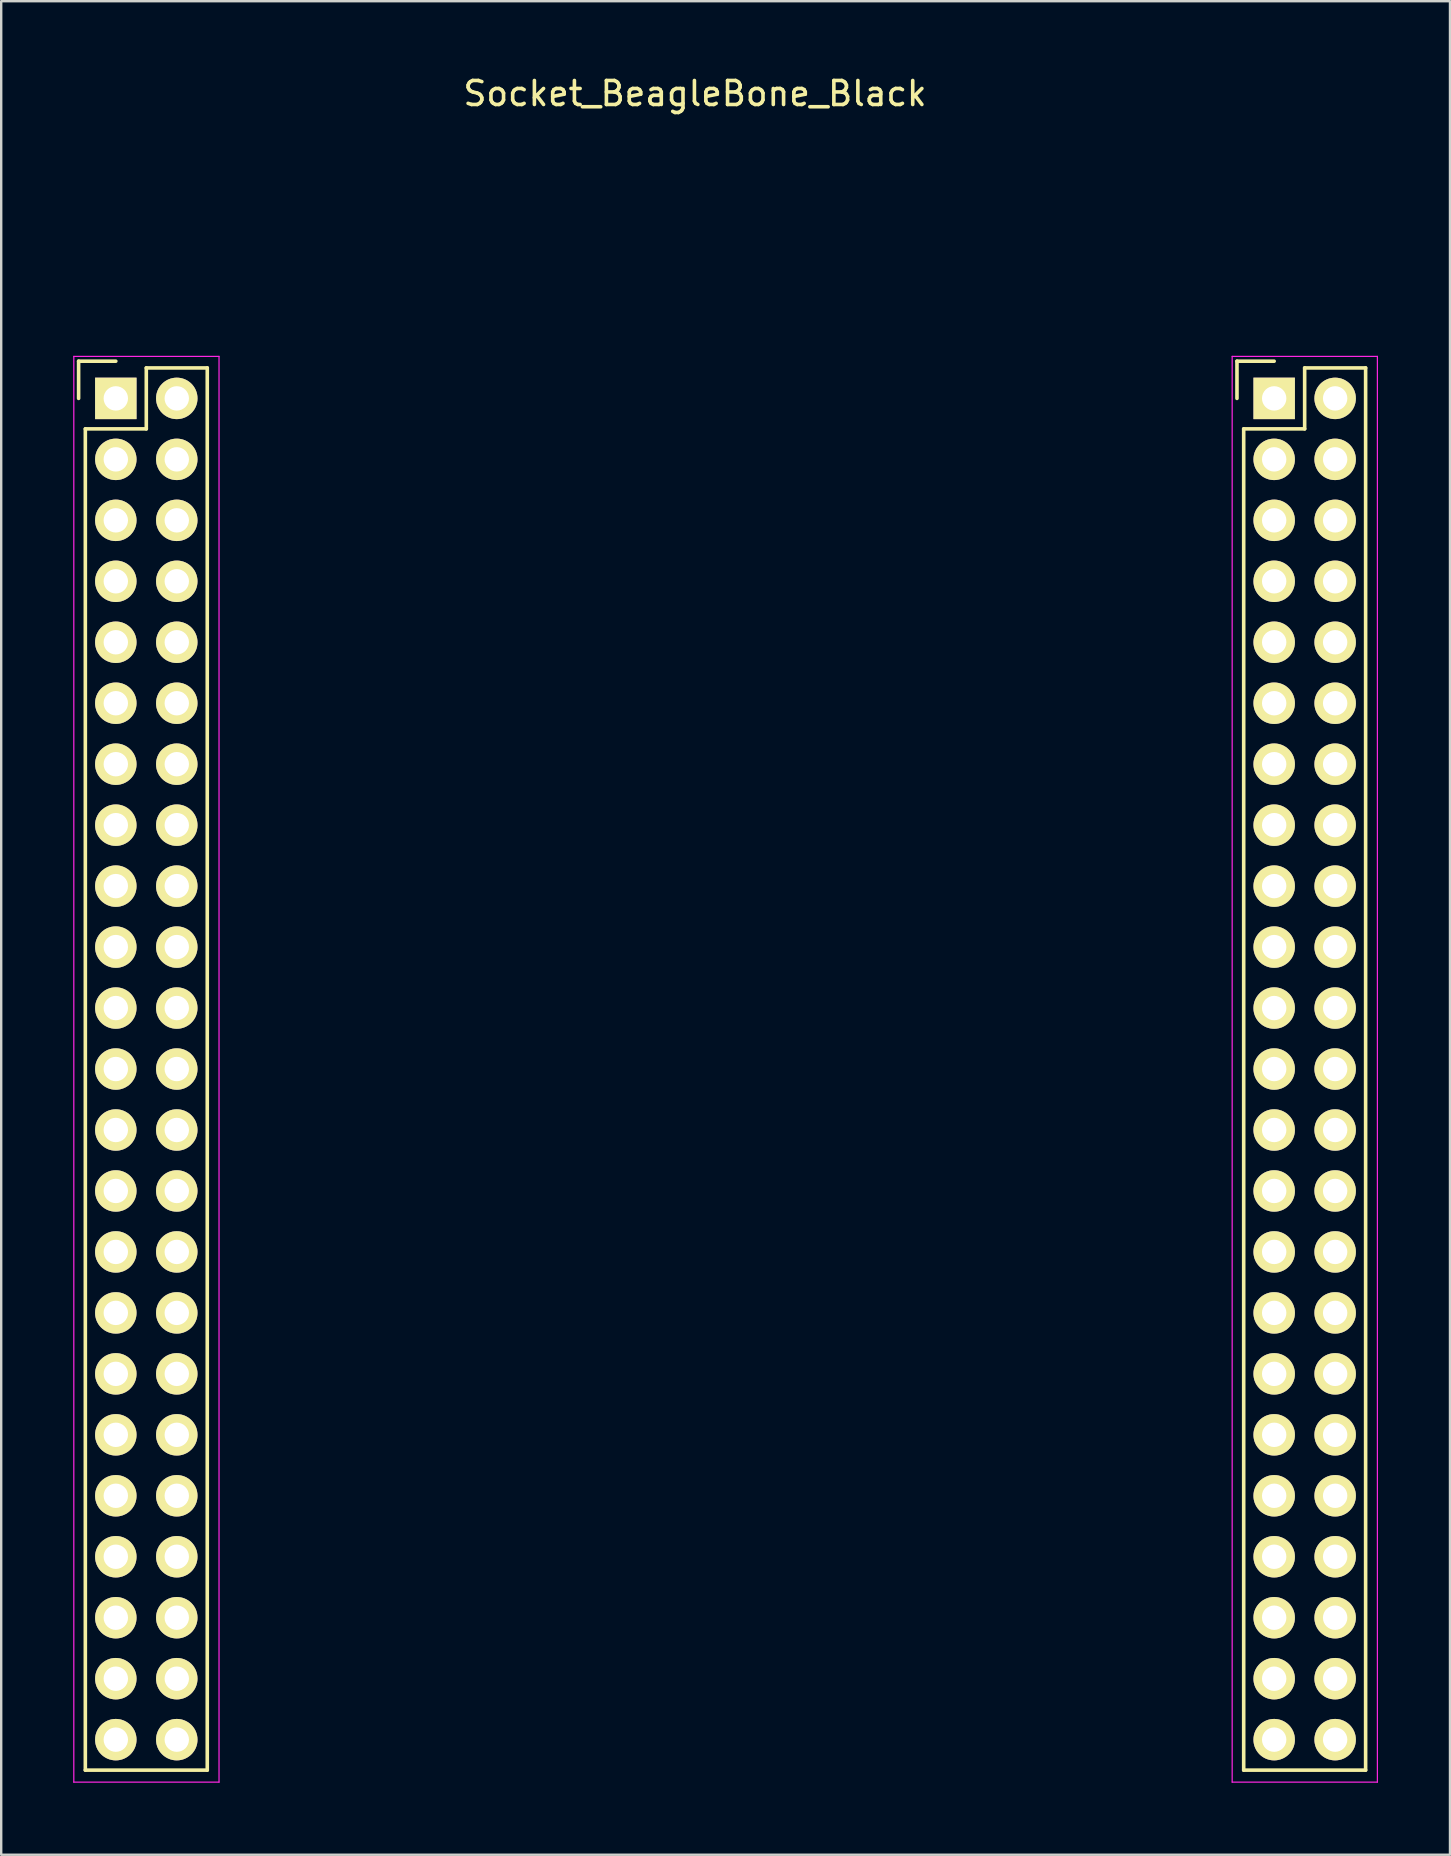
<source format=kicad_pcb>
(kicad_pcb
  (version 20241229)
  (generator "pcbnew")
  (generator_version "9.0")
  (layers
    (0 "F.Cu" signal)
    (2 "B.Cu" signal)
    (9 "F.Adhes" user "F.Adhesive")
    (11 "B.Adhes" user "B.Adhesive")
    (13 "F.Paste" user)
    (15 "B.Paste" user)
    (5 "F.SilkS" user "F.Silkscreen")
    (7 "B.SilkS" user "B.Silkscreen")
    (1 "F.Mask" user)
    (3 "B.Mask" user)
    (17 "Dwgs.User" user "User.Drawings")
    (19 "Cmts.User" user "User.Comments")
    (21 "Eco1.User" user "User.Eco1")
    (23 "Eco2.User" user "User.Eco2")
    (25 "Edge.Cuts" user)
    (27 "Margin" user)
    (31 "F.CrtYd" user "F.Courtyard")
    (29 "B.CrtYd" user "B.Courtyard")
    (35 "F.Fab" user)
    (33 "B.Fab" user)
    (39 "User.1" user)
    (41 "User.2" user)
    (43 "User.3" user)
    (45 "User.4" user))
  (footprint "Socket_BeagleBone_Black"
    (layer "F.Cu")
    (at 1.775 13.548)
    (property "Reference" "Socket_BeagleBone_Black" (at 24.13 -12.7 0) (layer "F.SilkS") (effects (font (size 1 1) (thickness 0.15))))
    (attr through_hole)
    (fp_line (start -1.55 -1.55) (end -1.55 0) (stroke (width 0.15) (type solid)) (layer "F.SilkS"))
    (fp_line (start -1.27 57.15) (end -1.27 1.27) (stroke (width 0.15) (type solid)) (layer "F.SilkS"))
    (fp_line (start 0 -1.55) (end -1.55 -1.55) (stroke (width 0.15) (type solid)) (layer "F.SilkS"))
    (fp_line (start 1.27 -1.27) (end 1.27 1.27) (stroke (width 0.15) (type solid)) (layer "F.SilkS"))
    (fp_line (start 1.27 1.27) (end -1.27 1.27) (stroke (width 0.15) (type solid)) (layer "F.SilkS"))
    (fp_line (start 3.81 -1.27) (end 1.27 -1.27) (stroke (width 0.15) (type solid)) (layer "F.SilkS"))
    (fp_line (start 3.81 57.15) (end -1.27 57.15) (stroke (width 0.15) (type solid)) (layer "F.SilkS"))
    (fp_line (start 3.81 57.15) (end 3.81 -1.27) (stroke (width 0.15) (type solid)) (layer "F.SilkS"))
    (fp_line (start 46.71 -1.55) (end 46.71 0) (stroke (width 0.15) (type solid)) (layer "F.SilkS"))
    (fp_line (start 46.99 57.15) (end 46.99 1.27) (stroke (width 0.15) (type solid)) (layer "F.SilkS"))
    (fp_line (start 48.26 -1.55) (end 46.71 -1.55) (stroke (width 0.15) (type solid)) (layer "F.SilkS"))
    (fp_line (start 49.53 -1.27) (end 49.53 1.27) (stroke (width 0.15) (type solid)) (layer "F.SilkS"))
    (fp_line (start 49.53 1.27) (end 46.99 1.27) (stroke (width 0.15) (type solid)) (layer "F.SilkS"))
    (fp_line (start 52.07 -1.27) (end 49.53 -1.27) (stroke (width 0.15) (type solid)) (layer "F.SilkS"))
    (fp_line (start 52.07 57.15) (end 46.99 57.15) (stroke (width 0.15) (type solid)) (layer "F.SilkS"))
    (fp_line (start 52.07 57.15) (end 52.07 -1.27) (stroke (width 0.15) (type solid)) (layer "F.SilkS"))
    (fp_line (start -1.75 -1.75) (end -1.75 57.65) (stroke (width 0.05) (type solid)) (layer "F.CrtYd"))
    (fp_line (start -1.75 -1.75) (end 4.3 -1.75) (stroke (width 0.05) (type solid)) (layer "F.CrtYd"))
    (fp_line (start -1.75 57.65) (end 4.3 57.65) (stroke (width 0.05) (type solid)) (layer "F.CrtYd"))
    (fp_line (start 4.3 -1.75) (end 4.3 57.65) (stroke (width 0.05) (type solid)) (layer "F.CrtYd"))
    (fp_line (start 46.51 -1.75) (end 46.51 57.65) (stroke (width 0.05) (type solid)) (layer "F.CrtYd"))
    (fp_line (start 46.51 -1.75) (end 52.56 -1.75) (stroke (width 0.05) (type solid)) (layer "F.CrtYd"))
    (fp_line (start 46.51 57.65) (end 52.56 57.65) (stroke (width 0.05) (type solid)) (layer "F.CrtYd"))
    (fp_line (start 52.56 -1.75) (end 52.56 57.65) (stroke (width 0.05) (type solid)) (layer "F.CrtYd"))
    (pad "1" thru_hole rect (at 0 0) (size 1.727 1.727) (drill 1.016) (layers "*.Cu" "*.Mask" "F.SilkS"))
    (pad "2" thru_hole oval (at 2.54 0) (size 1.727 1.727) (drill 1.016) (layers "*.Cu" "*.Mask" "F.SilkS"))
    (pad "3" thru_hole oval (at 0 2.54) (size 1.727 1.727) (drill 1.016) (layers "*.Cu" "*.Mask" "F.SilkS"))
    (pad "4" thru_hole oval (at 2.54 2.54) (size 1.727 1.727) (drill 1.016) (layers "*.Cu" "*.Mask" "F.SilkS"))
    (pad "5" thru_hole oval (at 0 5.08) (size 1.727 1.727) (drill 1.016) (layers "*.Cu" "*.Mask" "F.SilkS"))
    (pad "6" thru_hole oval (at 2.54 5.08) (size 1.727 1.727) (drill 1.016) (layers "*.Cu" "*.Mask" "F.SilkS"))
    (pad "7" thru_hole oval (at 0 7.62) (size 1.727 1.727) (drill 1.016) (layers "*.Cu" "*.Mask" "F.SilkS"))
    (pad "8" thru_hole oval (at 2.54 7.62) (size 1.727 1.727) (drill 1.016) (layers "*.Cu" "*.Mask" "F.SilkS"))
    (pad "9" thru_hole oval (at 0 10.16) (size 1.727 1.727) (drill 1.016) (layers "*.Cu" "*.Mask" "F.SilkS"))
    (pad "10" thru_hole oval (at 2.54 10.16) (size 1.727 1.727) (drill 1.016) (layers "*.Cu" "*.Mask" "F.SilkS"))
    (pad "11" thru_hole oval (at 0 12.7) (size 1.727 1.727) (drill 1.016) (layers "*.Cu" "*.Mask" "F.SilkS"))
    (pad "12" thru_hole oval (at 2.54 12.7) (size 1.727 1.727) (drill 1.016) (layers "*.Cu" "*.Mask" "F.SilkS"))
    (pad "13" thru_hole oval (at 0 15.24) (size 1.727 1.727) (drill 1.016) (layers "*.Cu" "*.Mask" "F.SilkS"))
    (pad "14" thru_hole oval (at 2.54 15.24) (size 1.727 1.727) (drill 1.016) (layers "*.Cu" "*.Mask" "F.SilkS"))
    (pad "15" thru_hole oval (at 0 17.78) (size 1.727 1.727) (drill 1.016) (layers "*.Cu" "*.Mask" "F.SilkS"))
    (pad "16" thru_hole oval (at 2.54 17.78) (size 1.727 1.727) (drill 1.016) (layers "*.Cu" "*.Mask" "F.SilkS"))
    (pad "17" thru_hole oval (at 0 20.32) (size 1.727 1.727) (drill 1.016) (layers "*.Cu" "*.Mask" "F.SilkS"))
    (pad "18" thru_hole oval (at 2.54 20.32) (size 1.727 1.727) (drill 1.016) (layers "*.Cu" "*.Mask" "F.SilkS"))
    (pad "19" thru_hole oval (at 0 22.86) (size 1.727 1.727) (drill 1.016) (layers "*.Cu" "*.Mask" "F.SilkS"))
    (pad "20" thru_hole oval (at 2.54 22.86) (size 1.727 1.727) (drill 1.016) (layers "*.Cu" "*.Mask" "F.SilkS"))
    (pad "21" thru_hole oval (at 0 25.4) (size 1.727 1.727) (drill 1.016) (layers "*.Cu" "*.Mask" "F.SilkS"))
    (pad "22" thru_hole oval (at 2.54 25.4) (size 1.727 1.727) (drill 1.016) (layers "*.Cu" "*.Mask" "F.SilkS"))
    (pad "23" thru_hole oval (at 0 27.94) (size 1.727 1.727) (drill 1.016) (layers "*.Cu" "*.Mask" "F.SilkS"))
    (pad "24" thru_hole oval (at 2.54 27.94) (size 1.727 1.727) (drill 1.016) (layers "*.Cu" "*.Mask" "F.SilkS"))
    (pad "25" thru_hole oval (at 0 30.48) (size 1.727 1.727) (drill 1.016) (layers "*.Cu" "*.Mask" "F.SilkS"))
    (pad "26" thru_hole oval (at 2.54 30.48) (size 1.727 1.727) (drill 1.016) (layers "*.Cu" "*.Mask" "F.SilkS"))
    (pad "27" thru_hole oval (at 0 33.02) (size 1.727 1.727) (drill 1.016) (layers "*.Cu" "*.Mask" "F.SilkS"))
    (pad "28" thru_hole oval (at 2.54 33.02) (size 1.727 1.727) (drill 1.016) (layers "*.Cu" "*.Mask" "F.SilkS"))
    (pad "29" thru_hole oval (at 0 35.56) (size 1.727 1.727) (drill 1.016) (layers "*.Cu" "*.Mask" "F.SilkS"))
    (pad "30" thru_hole oval (at 2.54 35.56) (size 1.727 1.727) (drill 1.016) (layers "*.Cu" "*.Mask" "F.SilkS"))
    (pad "31" thru_hole oval (at 0 38.1) (size 1.727 1.727) (drill 1.016) (layers "*.Cu" "*.Mask" "F.SilkS"))
    (pad "32" thru_hole oval (at 2.54 38.1) (size 1.727 1.727) (drill 1.016) (layers "*.Cu" "*.Mask" "F.SilkS"))
    (pad "33" thru_hole oval (at 0 40.64) (size 1.727 1.727) (drill 1.016) (layers "*.Cu" "*.Mask" "F.SilkS"))
    (pad "34" thru_hole oval (at 2.54 40.64) (size 1.727 1.727) (drill 1.016) (layers "*.Cu" "*.Mask" "F.SilkS"))
    (pad "35" thru_hole oval (at 0 43.18) (size 1.727 1.727) (drill 1.016) (layers "*.Cu" "*.Mask" "F.SilkS"))
    (pad "36" thru_hole oval (at 2.54 43.18) (size 1.727 1.727) (drill 1.016) (layers "*.Cu" "*.Mask" "F.SilkS"))
    (pad "37" thru_hole oval (at 0 45.72) (size 1.727 1.727) (drill 1.016) (layers "*.Cu" "*.Mask" "F.SilkS"))
    (pad "38" thru_hole oval (at 2.54 45.72) (size 1.727 1.727) (drill 1.016) (layers "*.Cu" "*.Mask" "F.SilkS"))
    (pad "39" thru_hole oval (at 0 48.26) (size 1.727 1.727) (drill 1.016) (layers "*.Cu" "*.Mask" "F.SilkS"))
    (pad "40" thru_hole oval (at 2.54 48.26) (size 1.727 1.727) (drill 1.016) (layers "*.Cu" "*.Mask" "F.SilkS"))
    (pad "41" thru_hole oval (at 0 50.8) (size 1.727 1.727) (drill 1.016) (layers "*.Cu" "*.Mask" "F.SilkS"))
    (pad "42" thru_hole oval (at 2.54 50.8) (size 1.727 1.727) (drill 1.016) (layers "*.Cu" "*.Mask" "F.SilkS"))
    (pad "43" thru_hole oval (at 0 53.34) (size 1.727 1.727) (drill 1.016) (layers "*.Cu" "*.Mask" "F.SilkS"))
    (pad "44" thru_hole oval (at 2.54 53.34) (size 1.727 1.727) (drill 1.016) (layers "*.Cu" "*.Mask" "F.SilkS"))
    (pad "45" thru_hole oval (at 0 55.88) (size 1.727 1.727) (drill 1.016) (layers "*.Cu" "*.Mask" "F.SilkS"))
    (pad "46" thru_hole oval (at 2.54 55.88) (size 1.727 1.727) (drill 1.016) (layers "*.Cu" "*.Mask" "F.SilkS"))
    (pad "47" thru_hole rect (at 48.26 0) (size 1.727 1.727) (drill 1.016) (layers "*.Cu" "*.Mask" "F.SilkS"))
    (pad "48" thru_hole oval (at 50.8 0) (size 1.727 1.727) (drill 1.016) (layers "*.Cu" "*.Mask" "F.SilkS"))
    (pad "49" thru_hole oval (at 48.26 2.54) (size 1.727 1.727) (drill 1.016) (layers "*.Cu" "*.Mask" "F.SilkS"))
    (pad "50" thru_hole oval (at 50.8 2.54) (size 1.727 1.727) (drill 1.016) (layers "*.Cu" "*.Mask" "F.SilkS"))
    (pad "51" thru_hole oval (at 48.26 5.08) (size 1.727 1.727) (drill 1.016) (layers "*.Cu" "*.Mask" "F.SilkS"))
    (pad "52" thru_hole oval (at 50.8 5.08) (size 1.727 1.727) (drill 1.016) (layers "*.Cu" "*.Mask" "F.SilkS"))
    (pad "53" thru_hole oval (at 48.26 7.62) (size 1.727 1.727) (drill 1.016) (layers "*.Cu" "*.Mask" "F.SilkS"))
    (pad "54" thru_hole oval (at 50.8 7.62) (size 1.727 1.727) (drill 1.016) (layers "*.Cu" "*.Mask" "F.SilkS"))
    (pad "55" thru_hole oval (at 48.26 10.16) (size 1.727 1.727) (drill 1.016) (layers "*.Cu" "*.Mask" "F.SilkS"))
    (pad "56" thru_hole oval (at 50.8 10.16) (size 1.727 1.727) (drill 1.016) (layers "*.Cu" "*.Mask" "F.SilkS"))
    (pad "57" thru_hole oval (at 48.26 12.7) (size 1.727 1.727) (drill 1.016) (layers "*.Cu" "*.Mask" "F.SilkS"))
    (pad "58" thru_hole oval (at 50.8 12.7) (size 1.727 1.727) (drill 1.016) (layers "*.Cu" "*.Mask" "F.SilkS"))
    (pad "59" thru_hole oval (at 48.26 15.24) (size 1.727 1.727) (drill 1.016) (layers "*.Cu" "*.Mask" "F.SilkS"))
    (pad "60" thru_hole oval (at 50.8 15.24) (size 1.727 1.727) (drill 1.016) (layers "*.Cu" "*.Mask" "F.SilkS"))
    (pad "61" thru_hole oval (at 48.26 17.78) (size 1.727 1.727) (drill 1.016) (layers "*.Cu" "*.Mask" "F.SilkS"))
    (pad "62" thru_hole oval (at 50.8 17.78) (size 1.727 1.727) (drill 1.016) (layers "*.Cu" "*.Mask" "F.SilkS"))
    (pad "63" thru_hole oval (at 48.26 20.32) (size 1.727 1.727) (drill 1.016) (layers "*.Cu" "*.Mask" "F.SilkS"))
    (pad "64" thru_hole oval (at 50.8 20.32) (size 1.727 1.727) (drill 1.016) (layers "*.Cu" "*.Mask" "F.SilkS"))
    (pad "65" thru_hole oval (at 48.26 22.86) (size 1.727 1.727) (drill 1.016) (layers "*.Cu" "*.Mask" "F.SilkS"))
    (pad "66" thru_hole oval (at 50.8 22.86) (size 1.727 1.727) (drill 1.016) (layers "*.Cu" "*.Mask" "F.SilkS"))
    (pad "67" thru_hole oval (at 48.26 25.4) (size 1.727 1.727) (drill 1.016) (layers "*.Cu" "*.Mask" "F.SilkS"))
    (pad "68" thru_hole oval (at 50.8 25.4) (size 1.727 1.727) (drill 1.016) (layers "*.Cu" "*.Mask" "F.SilkS"))
    (pad "69" thru_hole oval (at 48.26 27.94) (size 1.727 1.727) (drill 1.016) (layers "*.Cu" "*.Mask" "F.SilkS"))
    (pad "70" thru_hole oval (at 50.8 27.94) (size 1.727 1.727) (drill 1.016) (layers "*.Cu" "*.Mask" "F.SilkS"))
    (pad "71" thru_hole oval (at 48.26 30.48) (size 1.727 1.727) (drill 1.016) (layers "*.Cu" "*.Mask" "F.SilkS"))
    (pad "72" thru_hole oval (at 50.8 30.48) (size 1.727 1.727) (drill 1.016) (layers "*.Cu" "*.Mask" "F.SilkS"))
    (pad "73" thru_hole oval (at 48.26 33.02) (size 1.727 1.727) (drill 1.016) (layers "*.Cu" "*.Mask" "F.SilkS"))
    (pad "74" thru_hole oval (at 50.8 33.02) (size 1.727 1.727) (drill 1.016) (layers "*.Cu" "*.Mask" "F.SilkS"))
    (pad "75" thru_hole oval (at 48.26 35.56) (size 1.727 1.727) (drill 1.016) (layers "*.Cu" "*.Mask" "F.SilkS"))
    (pad "76" thru_hole oval (at 50.8 35.56) (size 1.727 1.727) (drill 1.016) (layers "*.Cu" "*.Mask" "F.SilkS"))
    (pad "77" thru_hole oval (at 48.26 38.1) (size 1.727 1.727) (drill 1.016) (layers "*.Cu" "*.Mask" "F.SilkS"))
    (pad "78" thru_hole oval (at 50.8 38.1) (size 1.727 1.727) (drill 1.016) (layers "*.Cu" "*.Mask" "F.SilkS"))
    (pad "79" thru_hole oval (at 48.26 40.64) (size 1.727 1.727) (drill 1.016) (layers "*.Cu" "*.Mask" "F.SilkS"))
    (pad "80" thru_hole oval (at 50.8 40.64) (size 1.727 1.727) (drill 1.016) (layers "*.Cu" "*.Mask" "F.SilkS"))
    (pad "81" thru_hole oval (at 48.26 43.18) (size 1.727 1.727) (drill 1.016) (layers "*.Cu" "*.Mask" "F.SilkS"))
    (pad "82" thru_hole oval (at 50.8 43.18) (size 1.727 1.727) (drill 1.016) (layers "*.Cu" "*.Mask" "F.SilkS"))
    (pad "83" thru_hole oval (at 48.26 45.72) (size 1.727 1.727) (drill 1.016) (layers "*.Cu" "*.Mask" "F.SilkS"))
    (pad "84" thru_hole oval (at 50.8 45.72) (size 1.727 1.727) (drill 1.016) (layers "*.Cu" "*.Mask" "F.SilkS"))
    (pad "85" thru_hole oval (at 48.26 48.26) (size 1.727 1.727) (drill 1.016) (layers "*.Cu" "*.Mask" "F.SilkS"))
    (pad "86" thru_hole oval (at 50.8 48.26) (size 1.727 1.727) (drill 1.016) (layers "*.Cu" "*.Mask" "F.SilkS"))
    (pad "87" thru_hole oval (at 48.26 50.8) (size 1.727 1.727) (drill 1.016) (layers "*.Cu" "*.Mask" "F.SilkS"))
    (pad "88" thru_hole oval (at 50.8 50.8) (size 1.727 1.727) (drill 1.016) (layers "*.Cu" "*.Mask" "F.SilkS"))
    (pad "89" thru_hole oval (at 48.26 53.34) (size 1.727 1.727) (drill 1.016) (layers "*.Cu" "*.Mask" "F.SilkS"))
    (pad "90" thru_hole oval (at 50.8 53.34) (size 1.727 1.727) (drill 1.016) (layers "*.Cu" "*.Mask" "F.SilkS"))
    (pad "91" thru_hole oval (at 48.26 55.88) (size 1.727 1.727) (drill 1.016) (layers "*.Cu" "*.Mask" "F.SilkS"))
    (pad "92" thru_hole oval (at 50.8 55.88) (size 1.727 1.727) (drill 1.016) (layers "*.Cu" "*.Mask" "F.SilkS")))
  (gr_rect
    (start -3 -3)
    (end 57.36 74.223)
    (stroke (width 0.1) (type default))
    (fill no)
    (layer "Edge.Cuts")))
</source>
